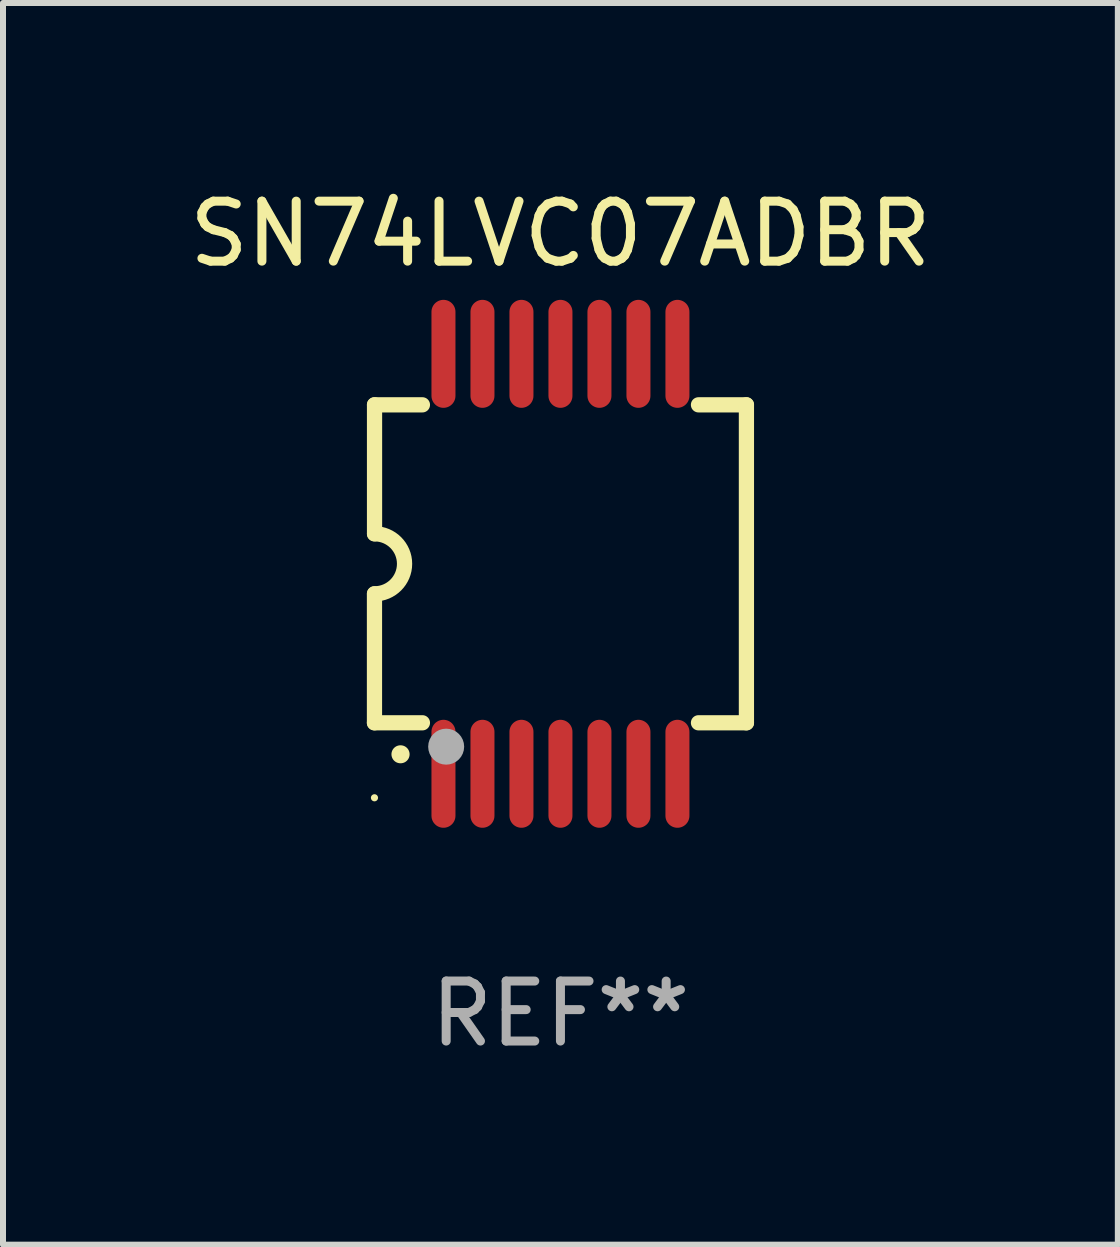
<source format=kicad_pcb>
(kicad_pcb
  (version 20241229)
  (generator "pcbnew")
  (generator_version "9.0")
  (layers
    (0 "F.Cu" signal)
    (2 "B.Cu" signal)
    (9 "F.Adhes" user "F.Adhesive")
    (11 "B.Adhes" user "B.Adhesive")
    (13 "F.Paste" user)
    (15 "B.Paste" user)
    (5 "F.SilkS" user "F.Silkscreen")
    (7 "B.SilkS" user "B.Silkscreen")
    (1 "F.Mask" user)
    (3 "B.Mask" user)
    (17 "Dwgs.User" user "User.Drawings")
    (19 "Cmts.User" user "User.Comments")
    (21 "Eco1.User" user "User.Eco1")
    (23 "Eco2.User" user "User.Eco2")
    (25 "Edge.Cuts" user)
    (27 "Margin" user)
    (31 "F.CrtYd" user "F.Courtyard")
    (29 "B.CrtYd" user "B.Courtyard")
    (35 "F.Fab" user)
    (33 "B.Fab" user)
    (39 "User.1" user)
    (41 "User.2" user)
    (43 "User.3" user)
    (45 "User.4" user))
  (footprint "SN74LVC07ADBR"
    (layer "F.Cu")
    (at 6.292 6.348)
    (property "Reference" "SN74LVC07ADBR" (at 0 -5.5 0) (layer "F.SilkS") (effects (font (size 1 1) (thickness 0.15))))
    (attr through_hole)
    (fp_line (start -3.1 2.65) (end -3.1 0.5) (stroke (width 0.254) (type solid)) (layer "F.SilkS"))
    (fp_line (start -3.099 -2.65) (end -2.301 -2.65) (stroke (width 0.254) (type solid)) (layer "F.SilkS"))
    (fp_line (start -3.099 -0.5) (end -3.099 -2.65) (stroke (width 0.254) (type solid)) (layer "F.SilkS"))
    (fp_line (start -2.301 2.65) (end -3.1 2.65) (stroke (width 0.254) (type solid)) (layer "F.SilkS"))
    (fp_line (start 2.301 -2.65) (end 3.1 -2.65) (stroke (width 0.254) (type solid)) (layer "F.SilkS"))
    (fp_line (start 3.1 -2.65) (end 3.1 2.65) (stroke (width 0.254) (type solid)) (layer "F.SilkS"))
    (fp_line (start 3.1 2.65) (end 2.301 2.65) (stroke (width 0.254) (type solid)) (layer "F.SilkS"))
    (fp_arc (start -3.098806 -0.500381) (mid -2.598806 0) (end -3.098806 0.500381) (stroke (width 0.254001) (type solid)) (layer "F.SilkS"))
    (fp_arc (start -2.667005 3.175006) (mid -2.665735 3.175001) (end -2.664465 3.175006) (stroke (width 0.3) (type solid)) (layer "F.SilkS"))
    (fp_circle (center -3.1 3.9) (end -3.07 3.9) (stroke (width 0.06) (type solid)) (fill no) (layer "F.SilkS"))
    (fp_circle (center -1.905 3.048) (end -1.755 3.048) (stroke (width 0.3) (type solid)) (fill no) (layer "F.Fab"))
    (fp_text user "REF**" (at 0 7.5 0) (layer "F.Fab") (effects (font (size 1 1) (thickness 0.15))))
    (pad "1" smd oval (at -1.95 3.5 270) (size 1.8 0.4) (layers "F.Cu" "F.Mask" "F.Paste"))
    (pad "2" smd oval (at -1.3 3.5 270) (size 1.8 0.4) (layers "F.Cu" "F.Mask" "F.Paste"))
    (pad "3" smd oval (at -0.65 3.5 270) (size 1.8 0.4) (layers "F.Cu" "F.Mask" "F.Paste"))
    (pad "4" smd oval (at 0 3.5 270) (size 1.8 0.4) (layers "F.Cu" "F.Mask" "F.Paste"))
    (pad "5" smd oval (at 0.65 3.5 270) (size 1.8 0.4) (layers "F.Cu" "F.Mask" "F.Paste"))
    (pad "6" smd oval (at 1.3 3.5 270) (size 1.8 0.4) (layers "F.Cu" "F.Mask" "F.Paste"))
    (pad "7" smd oval (at 1.95 3.5 270) (size 1.8 0.4) (layers "F.Cu" "F.Mask" "F.Paste"))
    (pad "8" smd oval (at 1.95 -3.5 90) (size 1.8 0.4) (layers "F.Cu" "F.Mask" "F.Paste"))
    (pad "9" smd oval (at 1.3 -3.5 90) (size 1.8 0.4) (layers "F.Cu" "F.Mask" "F.Paste"))
    (pad "10" smd oval (at 0.65 -3.5 90) (size 1.8 0.4) (layers "F.Cu" "F.Mask" "F.Paste"))
    (pad "11" smd oval (at 0 -3.5 90) (size 1.8 0.4) (layers "F.Cu" "F.Mask" "F.Paste"))
    (pad "12" smd oval (at -0.65 -3.5 90) (size 1.8 0.4) (layers "F.Cu" "F.Mask" "F.Paste"))
    (pad "13" smd oval (at -1.3 -3.5 90) (size 1.8 0.4) (layers "F.Cu" "F.Mask" "F.Paste"))
    (pad "14" smd oval (at -1.95 -3.5 90) (size 1.8 0.4) (layers "F.Cu" "F.Mask" "F.Paste")))
  (gr_rect
    (start -3 -3)
    (end 15.583 17.697)
    (stroke (width 0.1) (type default))
    (fill no)
    (layer "Edge.Cuts")))
</source>
